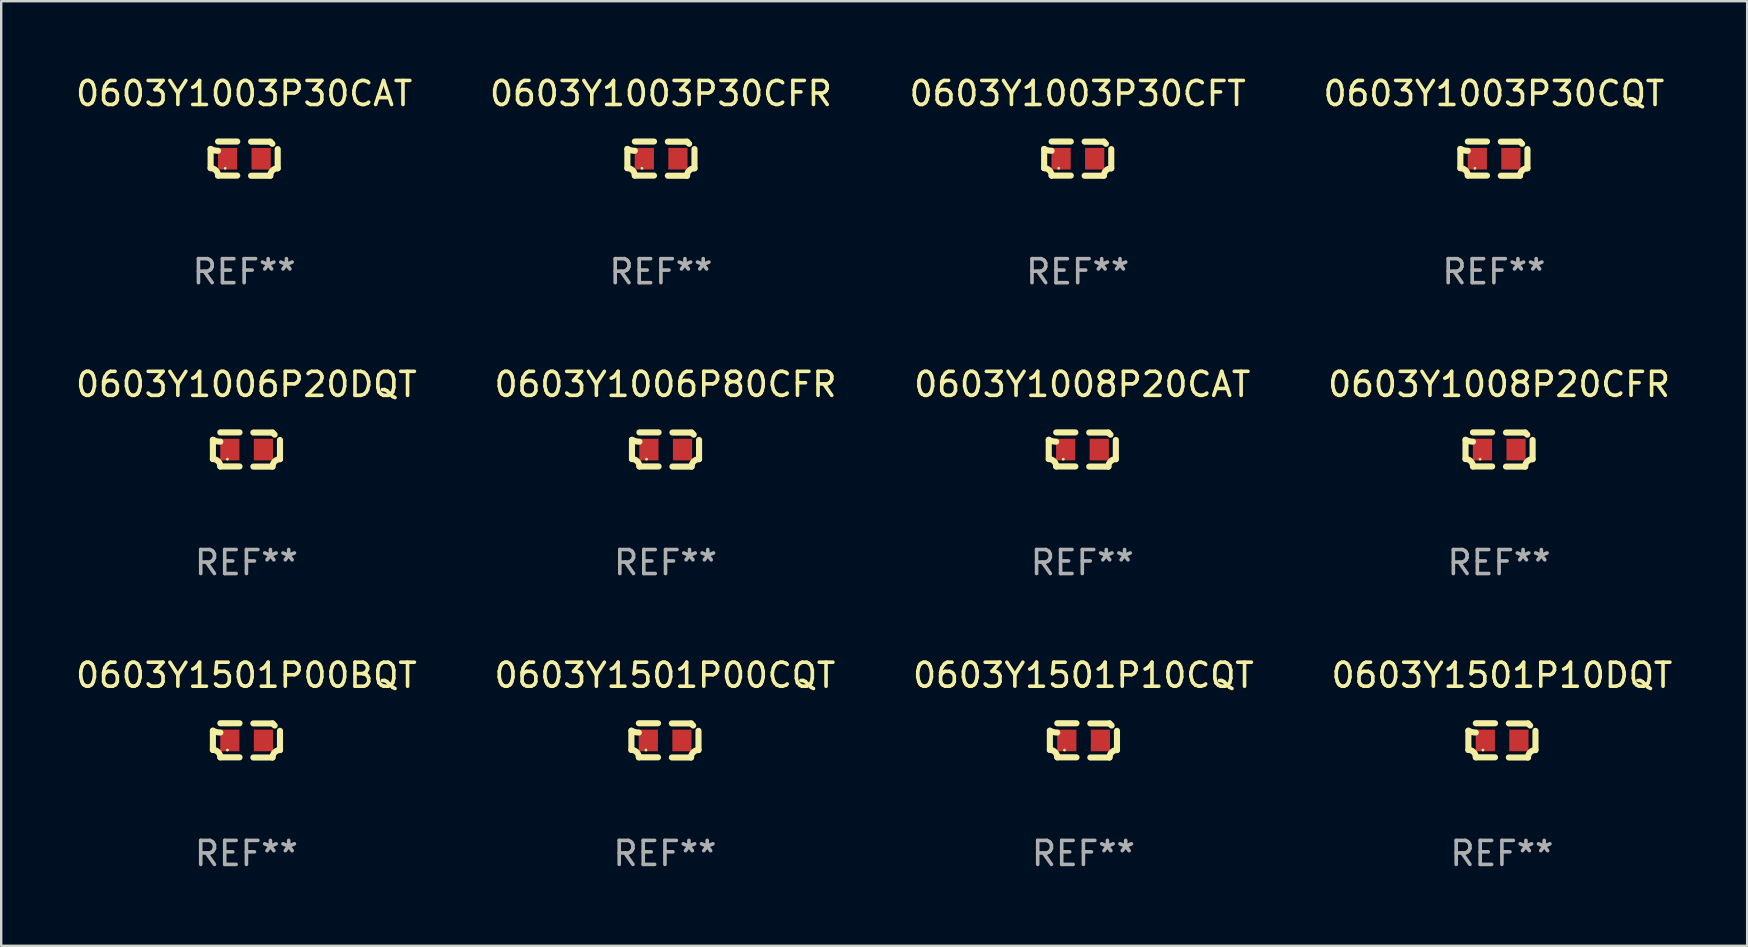
<source format=kicad_pcb>
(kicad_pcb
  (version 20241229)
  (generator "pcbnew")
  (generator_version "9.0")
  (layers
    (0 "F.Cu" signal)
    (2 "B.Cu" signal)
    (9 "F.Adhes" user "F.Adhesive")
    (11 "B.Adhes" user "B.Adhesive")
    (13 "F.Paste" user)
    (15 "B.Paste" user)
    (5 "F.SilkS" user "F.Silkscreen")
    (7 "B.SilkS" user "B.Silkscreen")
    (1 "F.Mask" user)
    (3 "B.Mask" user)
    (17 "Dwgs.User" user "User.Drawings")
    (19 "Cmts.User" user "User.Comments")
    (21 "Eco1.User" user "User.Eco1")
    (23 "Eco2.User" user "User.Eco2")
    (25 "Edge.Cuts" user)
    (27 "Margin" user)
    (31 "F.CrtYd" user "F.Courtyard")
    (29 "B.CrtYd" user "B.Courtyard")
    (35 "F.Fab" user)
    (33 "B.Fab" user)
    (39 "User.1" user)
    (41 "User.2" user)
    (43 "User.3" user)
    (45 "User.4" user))
  (footprint "0603Y1003P30CQT"
    (layer "F.Cu")
    (at 59.208 3.561)
    (property "Reference" "0603Y1003P30CQT" (at 0 -2.713 0) (layer "F.SilkS") (effects (font (size 1 1) (thickness 0.15))))
    (attr through_hole)
    (fp_line (start -1.398 -0.403) (end -1.398 0.397) (stroke (width 0.254) (type solid)) (layer "F.SilkS"))
    (fp_line (start -0.288 -0.713) (end -1.088 -0.713) (stroke (width 0.254) (type solid)) (layer "F.SilkS"))
    (fp_line (start -0.288 0.707) (end -1.088 0.707) (stroke (width 0.254) (type solid)) (layer "F.SilkS"))
    (fp_line (start 0.288 -0.707) (end 1.088 -0.707) (stroke (width 0.254) (type solid)) (layer "F.SilkS"))
    (fp_line (start 0.288 0.713) (end 1.088 0.713) (stroke (width 0.254) (type solid)) (layer "F.SilkS"))
    (fp_line (start 1.398 -0.397) (end 1.398 0.403) (stroke (width 0.254) (type solid)) (layer "F.SilkS"))
    (fp_arc (start -1.397789 0.397066) (mid -1.178701 0.487826) (end -1.08796 0.706922) (stroke (width 0.254001) (type solid)) (layer "F.SilkS"))
    (fp_arc (start -1.08796 -0.327176) (mid -1.247436 -0.346384) (end -1.39779 -0.402908) (stroke (width 0.254001) (type solid)) (layer "F.SilkS"))
    (fp_arc (start 1.087909 0.712738) (mid 1.178656 0.493655) (end 1.397739 0.402908) (stroke (width 0.254001) (type solid)) (layer "F.SilkS"))
    (fp_arc (start 1.175925 -0.618926) (mid 1.131917 -0.662923) (end 1.08791 -0.706922) (stroke (width 0.254001) (type solid)) (layer "F.SilkS"))
    (fp_circle (center -0.792 0.403) (end -0.762 0.403) (stroke (width 0.06) (type solid)) (fill no) (layer "F.SilkS"))
    (fp_text user "REF**" (at 0 4.713 0) (layer "F.Fab") (effects (font (size 1 1) (thickness 0.15))))
    (pad "1" smd rect (at -0.692 0.003) (size 0.8 0.9) (layers "F.Cu" "F.Mask" "F.Paste"))
    (pad "2" smd rect (at 0.708 0.003) (size 0.8 0.9) (layers "F.Cu" "F.Mask" "F.Paste")))
  (footprint "0603Y1501P10DQT"
    (layer "F.Cu")
    (at 59.542 27.805)
    (property "Reference" "0603Y1501P10DQT" (at 0 -2.713 0) (layer "F.SilkS") (effects (font (size 1 1) (thickness 0.15))))
    (attr through_hole)
    (fp_line (start -1.398 -0.403) (end -1.398 0.397) (stroke (width 0.254) (type solid)) (layer "F.SilkS"))
    (fp_line (start -0.288 -0.713) (end -1.088 -0.713) (stroke (width 0.254) (type solid)) (layer "F.SilkS"))
    (fp_line (start -0.288 0.707) (end -1.088 0.707) (stroke (width 0.254) (type solid)) (layer "F.SilkS"))
    (fp_line (start 0.288 -0.707) (end 1.088 -0.707) (stroke (width 0.254) (type solid)) (layer "F.SilkS"))
    (fp_line (start 0.288 0.713) (end 1.088 0.713) (stroke (width 0.254) (type solid)) (layer "F.SilkS"))
    (fp_line (start 1.398 -0.397) (end 1.398 0.403) (stroke (width 0.254) (type solid)) (layer "F.SilkS"))
    (fp_arc (start -1.397789 0.397066) (mid -1.178701 0.487826) (end -1.08796 0.706922) (stroke (width 0.254001) (type solid)) (layer "F.SilkS"))
    (fp_arc (start -1.08796 -0.327176) (mid -1.247436 -0.346384) (end -1.39779 -0.402908) (stroke (width 0.254001) (type solid)) (layer "F.SilkS"))
    (fp_arc (start 1.087909 0.712738) (mid 1.178656 0.493655) (end 1.397739 0.402908) (stroke (width 0.254001) (type solid)) (layer "F.SilkS"))
    (fp_arc (start 1.175925 -0.618926) (mid 1.131917 -0.662923) (end 1.08791 -0.706922) (stroke (width 0.254001) (type solid)) (layer "F.SilkS"))
    (fp_circle (center -0.792 0.403) (end -0.762 0.403) (stroke (width 0.06) (type solid)) (fill no) (layer "F.SilkS"))
    (fp_text user "REF**" (at 0 4.713 0) (layer "F.Fab") (effects (font (size 1 1) (thickness 0.15))))
    (pad "1" smd rect (at -0.692 0.003) (size 0.8 0.9) (layers "F.Cu" "F.Mask" "F.Paste"))
    (pad "2" smd rect (at 0.708 0.003) (size 0.8 0.9) (layers "F.Cu" "F.Mask" "F.Paste")))
  (footprint "0603Y1501P00CQT"
    (layer "F.Cu")
    (at 24.661 27.805)
    (property "Reference" "0603Y1501P00CQT" (at 0 -2.713 0) (layer "F.SilkS") (effects (font (size 1 1) (thickness 0.15))))
    (attr through_hole)
    (fp_line (start -1.398 -0.403) (end -1.398 0.397) (stroke (width 0.254) (type solid)) (layer "F.SilkS"))
    (fp_line (start -0.288 -0.713) (end -1.088 -0.713) (stroke (width 0.254) (type solid)) (layer "F.SilkS"))
    (fp_line (start -0.288 0.707) (end -1.088 0.707) (stroke (width 0.254) (type solid)) (layer "F.SilkS"))
    (fp_line (start 0.288 -0.707) (end 1.088 -0.707) (stroke (width 0.254) (type solid)) (layer "F.SilkS"))
    (fp_line (start 0.288 0.713) (end 1.088 0.713) (stroke (width 0.254) (type solid)) (layer "F.SilkS"))
    (fp_line (start 1.398 -0.397) (end 1.398 0.403) (stroke (width 0.254) (type solid)) (layer "F.SilkS"))
    (fp_arc (start -1.397789 0.397066) (mid -1.178701 0.487826) (end -1.08796 0.706922) (stroke (width 0.254001) (type solid)) (layer "F.SilkS"))
    (fp_arc (start -1.08796 -0.327176) (mid -1.247436 -0.346384) (end -1.39779 -0.402908) (stroke (width 0.254001) (type solid)) (layer "F.SilkS"))
    (fp_arc (start 1.087909 0.712738) (mid 1.178656 0.493655) (end 1.397739 0.402908) (stroke (width 0.254001) (type solid)) (layer "F.SilkS"))
    (fp_arc (start 1.175925 -0.618926) (mid 1.131917 -0.662923) (end 1.08791 -0.706922) (stroke (width 0.254001) (type solid)) (layer "F.SilkS"))
    (fp_circle (center -0.792 0.403) (end -0.762 0.403) (stroke (width 0.06) (type solid)) (fill no) (layer "F.SilkS"))
    (fp_text user "REF**" (at 0 4.713 0) (layer "F.Fab") (effects (font (size 1 1) (thickness 0.15))))
    (pad "1" smd rect (at -0.692 0.003) (size 0.8 0.9) (layers "F.Cu" "F.Mask" "F.Paste"))
    (pad "2" smd rect (at 0.708 0.003) (size 0.8 0.9) (layers "F.Cu" "F.Mask" "F.Paste")))
  (footprint "0603Y1003P30CFR"
    (layer "F.Cu")
    (at 24.494 3.561)
    (property "Reference" "0603Y1003P30CFR" (at 0 -2.713 0) (layer "F.SilkS") (effects (font (size 1 1) (thickness 0.15))))
    (attr through_hole)
    (fp_line (start -1.398 -0.403) (end -1.398 0.397) (stroke (width 0.254) (type solid)) (layer "F.SilkS"))
    (fp_line (start -0.288 -0.713) (end -1.088 -0.713) (stroke (width 0.254) (type solid)) (layer "F.SilkS"))
    (fp_line (start -0.288 0.707) (end -1.088 0.707) (stroke (width 0.254) (type solid)) (layer "F.SilkS"))
    (fp_line (start 0.288 -0.707) (end 1.088 -0.707) (stroke (width 0.254) (type solid)) (layer "F.SilkS"))
    (fp_line (start 0.288 0.713) (end 1.088 0.713) (stroke (width 0.254) (type solid)) (layer "F.SilkS"))
    (fp_line (start 1.398 -0.397) (end 1.398 0.403) (stroke (width 0.254) (type solid)) (layer "F.SilkS"))
    (fp_arc (start -1.397789 0.397066) (mid -1.178701 0.487826) (end -1.08796 0.706922) (stroke (width 0.254001) (type solid)) (layer "F.SilkS"))
    (fp_arc (start -1.08796 -0.327176) (mid -1.247436 -0.346384) (end -1.39779 -0.402908) (stroke (width 0.254001) (type solid)) (layer "F.SilkS"))
    (fp_arc (start 1.087909 0.712738) (mid 1.178656 0.493655) (end 1.397739 0.402908) (stroke (width 0.254001) (type solid)) (layer "F.SilkS"))
    (fp_arc (start 1.175925 -0.618926) (mid 1.131917 -0.662923) (end 1.08791 -0.706922) (stroke (width 0.254001) (type solid)) (layer "F.SilkS"))
    (fp_circle (center -0.792 0.403) (end -0.762 0.403) (stroke (width 0.06) (type solid)) (fill no) (layer "F.SilkS"))
    (fp_text user "REF**" (at 0 4.713 0) (layer "F.Fab") (effects (font (size 1 1) (thickness 0.15))))
    (pad "1" smd rect (at -0.692 0.003) (size 0.8 0.9) (layers "F.Cu" "F.Mask" "F.Paste"))
    (pad "2" smd rect (at 0.708 0.003) (size 0.8 0.9) (layers "F.Cu" "F.Mask" "F.Paste")))
  (footprint "0603Y1003P30CAT"
    (layer "F.Cu")
    (at 7.125 3.561)
    (property "Reference" "0603Y1003P30CAT" (at 0 -2.713 0) (layer "F.SilkS") (effects (font (size 1 1) (thickness 0.15))))
    (attr through_hole)
    (fp_line (start -1.398 -0.403) (end -1.398 0.397) (stroke (width 0.254) (type solid)) (layer "F.SilkS"))
    (fp_line (start -0.288 -0.713) (end -1.088 -0.713) (stroke (width 0.254) (type solid)) (layer "F.SilkS"))
    (fp_line (start -0.288 0.707) (end -1.088 0.707) (stroke (width 0.254) (type solid)) (layer "F.SilkS"))
    (fp_line (start 0.288 -0.707) (end 1.088 -0.707) (stroke (width 0.254) (type solid)) (layer "F.SilkS"))
    (fp_line (start 0.288 0.713) (end 1.088 0.713) (stroke (width 0.254) (type solid)) (layer "F.SilkS"))
    (fp_line (start 1.398 -0.397) (end 1.398 0.403) (stroke (width 0.254) (type solid)) (layer "F.SilkS"))
    (fp_arc (start -1.397789 0.397066) (mid -1.178701 0.487826) (end -1.08796 0.706922) (stroke (width 0.254001) (type solid)) (layer "F.SilkS"))
    (fp_arc (start -1.08796 -0.327176) (mid -1.247436 -0.346384) (end -1.39779 -0.402908) (stroke (width 0.254001) (type solid)) (layer "F.SilkS"))
    (fp_arc (start 1.087909 0.712738) (mid 1.178656 0.493655) (end 1.397739 0.402908) (stroke (width 0.254001) (type solid)) (layer "F.SilkS"))
    (fp_arc (start 1.175925 -0.618926) (mid 1.131917 -0.662923) (end 1.08791 -0.706922) (stroke (width 0.254001) (type solid)) (layer "F.SilkS"))
    (fp_circle (center -0.792 0.403) (end -0.762 0.403) (stroke (width 0.06) (type solid)) (fill no) (layer "F.SilkS"))
    (fp_text user "REF**" (at 0 4.713 0) (layer "F.Fab") (effects (font (size 1 1) (thickness 0.15))))
    (pad "1" smd rect (at -0.692 0.003) (size 0.8 0.9) (layers "F.Cu" "F.Mask" "F.Paste"))
    (pad "2" smd rect (at 0.708 0.003) (size 0.8 0.9) (layers "F.Cu" "F.Mask" "F.Paste")))
  (footprint "0603Y1501P00BQT"
    (layer "F.Cu")
    (at 7.22 27.805)
    (property "Reference" "0603Y1501P00BQT" (at 0 -2.713 0) (layer "F.SilkS") (effects (font (size 1 1) (thickness 0.15))))
    (attr through_hole)
    (fp_line (start -1.398 -0.403) (end -1.398 0.397) (stroke (width 0.254) (type solid)) (layer "F.SilkS"))
    (fp_line (start -0.288 -0.713) (end -1.088 -0.713) (stroke (width 0.254) (type solid)) (layer "F.SilkS"))
    (fp_line (start -0.288 0.707) (end -1.088 0.707) (stroke (width 0.254) (type solid)) (layer "F.SilkS"))
    (fp_line (start 0.288 -0.707) (end 1.088 -0.707) (stroke (width 0.254) (type solid)) (layer "F.SilkS"))
    (fp_line (start 0.288 0.713) (end 1.088 0.713) (stroke (width 0.254) (type solid)) (layer "F.SilkS"))
    (fp_line (start 1.398 -0.397) (end 1.398 0.403) (stroke (width 0.254) (type solid)) (layer "F.SilkS"))
    (fp_arc (start -1.397789 0.397066) (mid -1.178701 0.487826) (end -1.08796 0.706922) (stroke (width 0.254001) (type solid)) (layer "F.SilkS"))
    (fp_arc (start -1.08796 -0.327176) (mid -1.247436 -0.346384) (end -1.39779 -0.402908) (stroke (width 0.254001) (type solid)) (layer "F.SilkS"))
    (fp_arc (start 1.087909 0.712738) (mid 1.178656 0.493655) (end 1.397739 0.402908) (stroke (width 0.254001) (type solid)) (layer "F.SilkS"))
    (fp_arc (start 1.175925 -0.618926) (mid 1.131917 -0.662923) (end 1.08791 -0.706922) (stroke (width 0.254001) (type solid)) (layer "F.SilkS"))
    (fp_circle (center -0.792 0.403) (end -0.762 0.403) (stroke (width 0.06) (type solid)) (fill no) (layer "F.SilkS"))
    (fp_text user "REF**" (at 0 4.713 0) (layer "F.Fab") (effects (font (size 1 1) (thickness 0.15))))
    (pad "1" smd rect (at -0.692 0.003) (size 0.8 0.9) (layers "F.Cu" "F.Mask" "F.Paste"))
    (pad "2" smd rect (at 0.708 0.003) (size 0.8 0.9) (layers "F.Cu" "F.Mask" "F.Paste")))
  (footprint "0603Y1006P20DQT"
    (layer "F.Cu")
    (at 7.22 15.683)
    (property "Reference" "0603Y1006P20DQT" (at 0 -2.713 0) (layer "F.SilkS") (effects (font (size 1 1) (thickness 0.15))))
    (attr through_hole)
    (fp_line (start -1.398 -0.403) (end -1.398 0.397) (stroke (width 0.254) (type solid)) (layer "F.SilkS"))
    (fp_line (start -0.288 -0.713) (end -1.088 -0.713) (stroke (width 0.254) (type solid)) (layer "F.SilkS"))
    (fp_line (start -0.288 0.707) (end -1.088 0.707) (stroke (width 0.254) (type solid)) (layer "F.SilkS"))
    (fp_line (start 0.288 -0.707) (end 1.088 -0.707) (stroke (width 0.254) (type solid)) (layer "F.SilkS"))
    (fp_line (start 0.288 0.713) (end 1.088 0.713) (stroke (width 0.254) (type solid)) (layer "F.SilkS"))
    (fp_line (start 1.398 -0.397) (end 1.398 0.403) (stroke (width 0.254) (type solid)) (layer "F.SilkS"))
    (fp_arc (start -1.397789 0.397066) (mid -1.178701 0.487826) (end -1.08796 0.706922) (stroke (width 0.254001) (type solid)) (layer "F.SilkS"))
    (fp_arc (start -1.08796 -0.327176) (mid -1.247436 -0.346384) (end -1.39779 -0.402908) (stroke (width 0.254001) (type solid)) (layer "F.SilkS"))
    (fp_arc (start 1.087909 0.712738) (mid 1.178656 0.493655) (end 1.397739 0.402908) (stroke (width 0.254001) (type solid)) (layer "F.SilkS"))
    (fp_arc (start 1.175925 -0.618926) (mid 1.131917 -0.662923) (end 1.08791 -0.706922) (stroke (width 0.254001) (type solid)) (layer "F.SilkS"))
    (fp_circle (center -0.792 0.403) (end -0.762 0.403) (stroke (width 0.06) (type solid)) (fill no) (layer "F.SilkS"))
    (fp_text user "REF**" (at 0 4.713 0) (layer "F.Fab") (effects (font (size 1 1) (thickness 0.15))))
    (pad "1" smd rect (at -0.692 0.003) (size 0.8 0.9) (layers "F.Cu" "F.Mask" "F.Paste"))
    (pad "2" smd rect (at 0.708 0.003) (size 0.8 0.9) (layers "F.Cu" "F.Mask" "F.Paste")))
  (footprint "0603Y1008P20CFR"
    (layer "F.Cu")
    (at 59.423 15.683)
    (property "Reference" "0603Y1008P20CFR" (at 0 -2.713 0) (layer "F.SilkS") (effects (font (size 1 1) (thickness 0.15))))
    (attr through_hole)
    (fp_line (start -1.398 -0.403) (end -1.398 0.397) (stroke (width 0.254) (type solid)) (layer "F.SilkS"))
    (fp_line (start -0.288 -0.713) (end -1.088 -0.713) (stroke (width 0.254) (type solid)) (layer "F.SilkS"))
    (fp_line (start -0.288 0.707) (end -1.088 0.707) (stroke (width 0.254) (type solid)) (layer "F.SilkS"))
    (fp_line (start 0.288 -0.707) (end 1.088 -0.707) (stroke (width 0.254) (type solid)) (layer "F.SilkS"))
    (fp_line (start 0.288 0.713) (end 1.088 0.713) (stroke (width 0.254) (type solid)) (layer "F.SilkS"))
    (fp_line (start 1.398 -0.397) (end 1.398 0.403) (stroke (width 0.254) (type solid)) (layer "F.SilkS"))
    (fp_arc (start -1.397789 0.397066) (mid -1.178701 0.487826) (end -1.08796 0.706922) (stroke (width 0.254001) (type solid)) (layer "F.SilkS"))
    (fp_arc (start -1.08796 -0.327176) (mid -1.247436 -0.346384) (end -1.39779 -0.402908) (stroke (width 0.254001) (type solid)) (layer "F.SilkS"))
    (fp_arc (start 1.087909 0.712738) (mid 1.178656 0.493655) (end 1.397739 0.402908) (stroke (width 0.254001) (type solid)) (layer "F.SilkS"))
    (fp_arc (start 1.175925 -0.618926) (mid 1.131917 -0.662923) (end 1.08791 -0.706922) (stroke (width 0.254001) (type solid)) (layer "F.SilkS"))
    (fp_circle (center -0.792 0.403) (end -0.762 0.403) (stroke (width 0.06) (type solid)) (fill no) (layer "F.SilkS"))
    (fp_text user "REF**" (at 0 4.713 0) (layer "F.Fab") (effects (font (size 1 1) (thickness 0.15))))
    (pad "1" smd rect (at -0.692 0.003) (size 0.8 0.9) (layers "F.Cu" "F.Mask" "F.Paste"))
    (pad "2" smd rect (at 0.708 0.003) (size 0.8 0.9) (layers "F.Cu" "F.Mask" "F.Paste")))
  (footprint "0603Y1501P10CQT"
    (layer "F.Cu")
    (at 42.101 27.805)
    (property "Reference" "0603Y1501P10CQT" (at 0 -2.713 0) (layer "F.SilkS") (effects (font (size 1 1) (thickness 0.15))))
    (attr through_hole)
    (fp_line (start -1.398 -0.403) (end -1.398 0.397) (stroke (width 0.254) (type solid)) (layer "F.SilkS"))
    (fp_line (start -0.288 -0.713) (end -1.088 -0.713) (stroke (width 0.254) (type solid)) (layer "F.SilkS"))
    (fp_line (start -0.288 0.707) (end -1.088 0.707) (stroke (width 0.254) (type solid)) (layer "F.SilkS"))
    (fp_line (start 0.288 -0.707) (end 1.088 -0.707) (stroke (width 0.254) (type solid)) (layer "F.SilkS"))
    (fp_line (start 0.288 0.713) (end 1.088 0.713) (stroke (width 0.254) (type solid)) (layer "F.SilkS"))
    (fp_line (start 1.398 -0.397) (end 1.398 0.403) (stroke (width 0.254) (type solid)) (layer "F.SilkS"))
    (fp_arc (start -1.397789 0.397066) (mid -1.178701 0.487826) (end -1.08796 0.706922) (stroke (width 0.254001) (type solid)) (layer "F.SilkS"))
    (fp_arc (start -1.08796 -0.327176) (mid -1.247436 -0.346384) (end -1.39779 -0.402908) (stroke (width 0.254001) (type solid)) (layer "F.SilkS"))
    (fp_arc (start 1.087909 0.712738) (mid 1.178656 0.493655) (end 1.397739 0.402908) (stroke (width 0.254001) (type solid)) (layer "F.SilkS"))
    (fp_arc (start 1.175925 -0.618926) (mid 1.131917 -0.662923) (end 1.08791 -0.706922) (stroke (width 0.254001) (type solid)) (layer "F.SilkS"))
    (fp_circle (center -0.792 0.403) (end -0.762 0.403) (stroke (width 0.06) (type solid)) (fill no) (layer "F.SilkS"))
    (fp_text user "REF**" (at 0 4.713 0) (layer "F.Fab") (effects (font (size 1 1) (thickness 0.15))))
    (pad "1" smd rect (at -0.692 0.003) (size 0.8 0.9) (layers "F.Cu" "F.Mask" "F.Paste"))
    (pad "2" smd rect (at 0.708 0.003) (size 0.8 0.9) (layers "F.Cu" "F.Mask" "F.Paste")))
  (footprint "0603Y1006P80CFR"
    (layer "F.Cu")
    (at 24.685 15.683)
    (property "Reference" "0603Y1006P80CFR" (at 0 -2.713 0) (layer "F.SilkS") (effects (font (size 1 1) (thickness 0.15))))
    (attr through_hole)
    (fp_line (start -1.398 -0.403) (end -1.398 0.397) (stroke (width 0.254) (type solid)) (layer "F.SilkS"))
    (fp_line (start -0.288 -0.713) (end -1.088 -0.713) (stroke (width 0.254) (type solid)) (layer "F.SilkS"))
    (fp_line (start -0.288 0.707) (end -1.088 0.707) (stroke (width 0.254) (type solid)) (layer "F.SilkS"))
    (fp_line (start 0.288 -0.707) (end 1.088 -0.707) (stroke (width 0.254) (type solid)) (layer "F.SilkS"))
    (fp_line (start 0.288 0.713) (end 1.088 0.713) (stroke (width 0.254) (type solid)) (layer "F.SilkS"))
    (fp_line (start 1.398 -0.397) (end 1.398 0.403) (stroke (width 0.254) (type solid)) (layer "F.SilkS"))
    (fp_arc (start -1.397789 0.397066) (mid -1.178701 0.487826) (end -1.08796 0.706922) (stroke (width 0.254001) (type solid)) (layer "F.SilkS"))
    (fp_arc (start -1.08796 -0.327176) (mid -1.247436 -0.346384) (end -1.39779 -0.402908) (stroke (width 0.254001) (type solid)) (layer "F.SilkS"))
    (fp_arc (start 1.087909 0.712738) (mid 1.178656 0.493655) (end 1.397739 0.402908) (stroke (width 0.254001) (type solid)) (layer "F.SilkS"))
    (fp_arc (start 1.175925 -0.618926) (mid 1.131917 -0.662923) (end 1.08791 -0.706922) (stroke (width 0.254001) (type solid)) (layer "F.SilkS"))
    (fp_circle (center -0.792 0.403) (end -0.762 0.403) (stroke (width 0.06) (type solid)) (fill no) (layer "F.SilkS"))
    (fp_text user "REF**" (at 0 4.713 0) (layer "F.Fab") (effects (font (size 1 1) (thickness 0.15))))
    (pad "1" smd rect (at -0.692 0.003) (size 0.8 0.9) (layers "F.Cu" "F.Mask" "F.Paste"))
    (pad "2" smd rect (at 0.708 0.003) (size 0.8 0.9) (layers "F.Cu" "F.Mask" "F.Paste")))
  (footprint "0603Y1008P20CAT"
    (layer "F.Cu")
    (at 42.054 15.683)
    (property "Reference" "0603Y1008P20CAT" (at 0 -2.713 0) (layer "F.SilkS") (effects (font (size 1 1) (thickness 0.15))))
    (attr through_hole)
    (fp_line (start -1.398 -0.403) (end -1.398 0.397) (stroke (width 0.254) (type solid)) (layer "F.SilkS"))
    (fp_line (start -0.288 -0.713) (end -1.088 -0.713) (stroke (width 0.254) (type solid)) (layer "F.SilkS"))
    (fp_line (start -0.288 0.707) (end -1.088 0.707) (stroke (width 0.254) (type solid)) (layer "F.SilkS"))
    (fp_line (start 0.288 -0.707) (end 1.088 -0.707) (stroke (width 0.254) (type solid)) (layer "F.SilkS"))
    (fp_line (start 0.288 0.713) (end 1.088 0.713) (stroke (width 0.254) (type solid)) (layer "F.SilkS"))
    (fp_line (start 1.398 -0.397) (end 1.398 0.403) (stroke (width 0.254) (type solid)) (layer "F.SilkS"))
    (fp_arc (start -1.397789 0.397066) (mid -1.178701 0.487826) (end -1.08796 0.706922) (stroke (width 0.254001) (type solid)) (layer "F.SilkS"))
    (fp_arc (start -1.08796 -0.327176) (mid -1.247436 -0.346384) (end -1.39779 -0.402908) (stroke (width 0.254001) (type solid)) (layer "F.SilkS"))
    (fp_arc (start 1.087909 0.712738) (mid 1.178656 0.493655) (end 1.397739 0.402908) (stroke (width 0.254001) (type solid)) (layer "F.SilkS"))
    (fp_arc (start 1.175925 -0.618926) (mid 1.131917 -0.662923) (end 1.08791 -0.706922) (stroke (width 0.254001) (type solid)) (layer "F.SilkS"))
    (fp_circle (center -0.792 0.403) (end -0.762 0.403) (stroke (width 0.06) (type solid)) (fill no) (layer "F.SilkS"))
    (fp_text user "REF**" (at 0 4.713 0) (layer "F.Fab") (effects (font (size 1 1) (thickness 0.15))))
    (pad "1" smd rect (at -0.692 0.003) (size 0.8 0.9) (layers "F.Cu" "F.Mask" "F.Paste"))
    (pad "2" smd rect (at 0.708 0.003) (size 0.8 0.9) (layers "F.Cu" "F.Mask" "F.Paste")))
  (footprint "0603Y1003P30CFT"
    (layer "F.Cu")
    (at 41.863 3.561)
    (property "Reference" "0603Y1003P30CFT" (at 0 -2.713 0) (layer "F.SilkS") (effects (font (size 1 1) (thickness 0.15))))
    (attr through_hole)
    (fp_line (start -1.398 -0.403) (end -1.398 0.397) (stroke (width 0.254) (type solid)) (layer "F.SilkS"))
    (fp_line (start -0.288 -0.713) (end -1.088 -0.713) (stroke (width 0.254) (type solid)) (layer "F.SilkS"))
    (fp_line (start -0.288 0.707) (end -1.088 0.707) (stroke (width 0.254) (type solid)) (layer "F.SilkS"))
    (fp_line (start 0.288 -0.707) (end 1.088 -0.707) (stroke (width 0.254) (type solid)) (layer "F.SilkS"))
    (fp_line (start 0.288 0.713) (end 1.088 0.713) (stroke (width 0.254) (type solid)) (layer "F.SilkS"))
    (fp_line (start 1.398 -0.397) (end 1.398 0.403) (stroke (width 0.254) (type solid)) (layer "F.SilkS"))
    (fp_arc (start -1.397789 0.397066) (mid -1.178701 0.487826) (end -1.08796 0.706922) (stroke (width 0.254001) (type solid)) (layer "F.SilkS"))
    (fp_arc (start -1.08796 -0.327176) (mid -1.247436 -0.346384) (end -1.39779 -0.402908) (stroke (width 0.254001) (type solid)) (layer "F.SilkS"))
    (fp_arc (start 1.087909 0.712738) (mid 1.178656 0.493655) (end 1.397739 0.402908) (stroke (width 0.254001) (type solid)) (layer "F.SilkS"))
    (fp_arc (start 1.175925 -0.618926) (mid 1.131917 -0.662923) (end 1.08791 -0.706922) (stroke (width 0.254001) (type solid)) (layer "F.SilkS"))
    (fp_circle (center -0.792 0.403) (end -0.762 0.403) (stroke (width 0.06) (type solid)) (fill no) (layer "F.SilkS"))
    (fp_text user "REF**" (at 0 4.713 0) (layer "F.Fab") (effects (font (size 1 1) (thickness 0.15))))
    (pad "1" smd rect (at -0.692 0.003) (size 0.8 0.9) (layers "F.Cu" "F.Mask" "F.Paste"))
    (pad "2" smd rect (at 0.708 0.003) (size 0.8 0.9) (layers "F.Cu" "F.Mask" "F.Paste")))
  (gr_rect
    (start -3 -3)
    (end 69.762 36.366)
    (stroke (width 0.1) (type default))
    (fill no)
    (layer "Edge.Cuts")))
</source>
